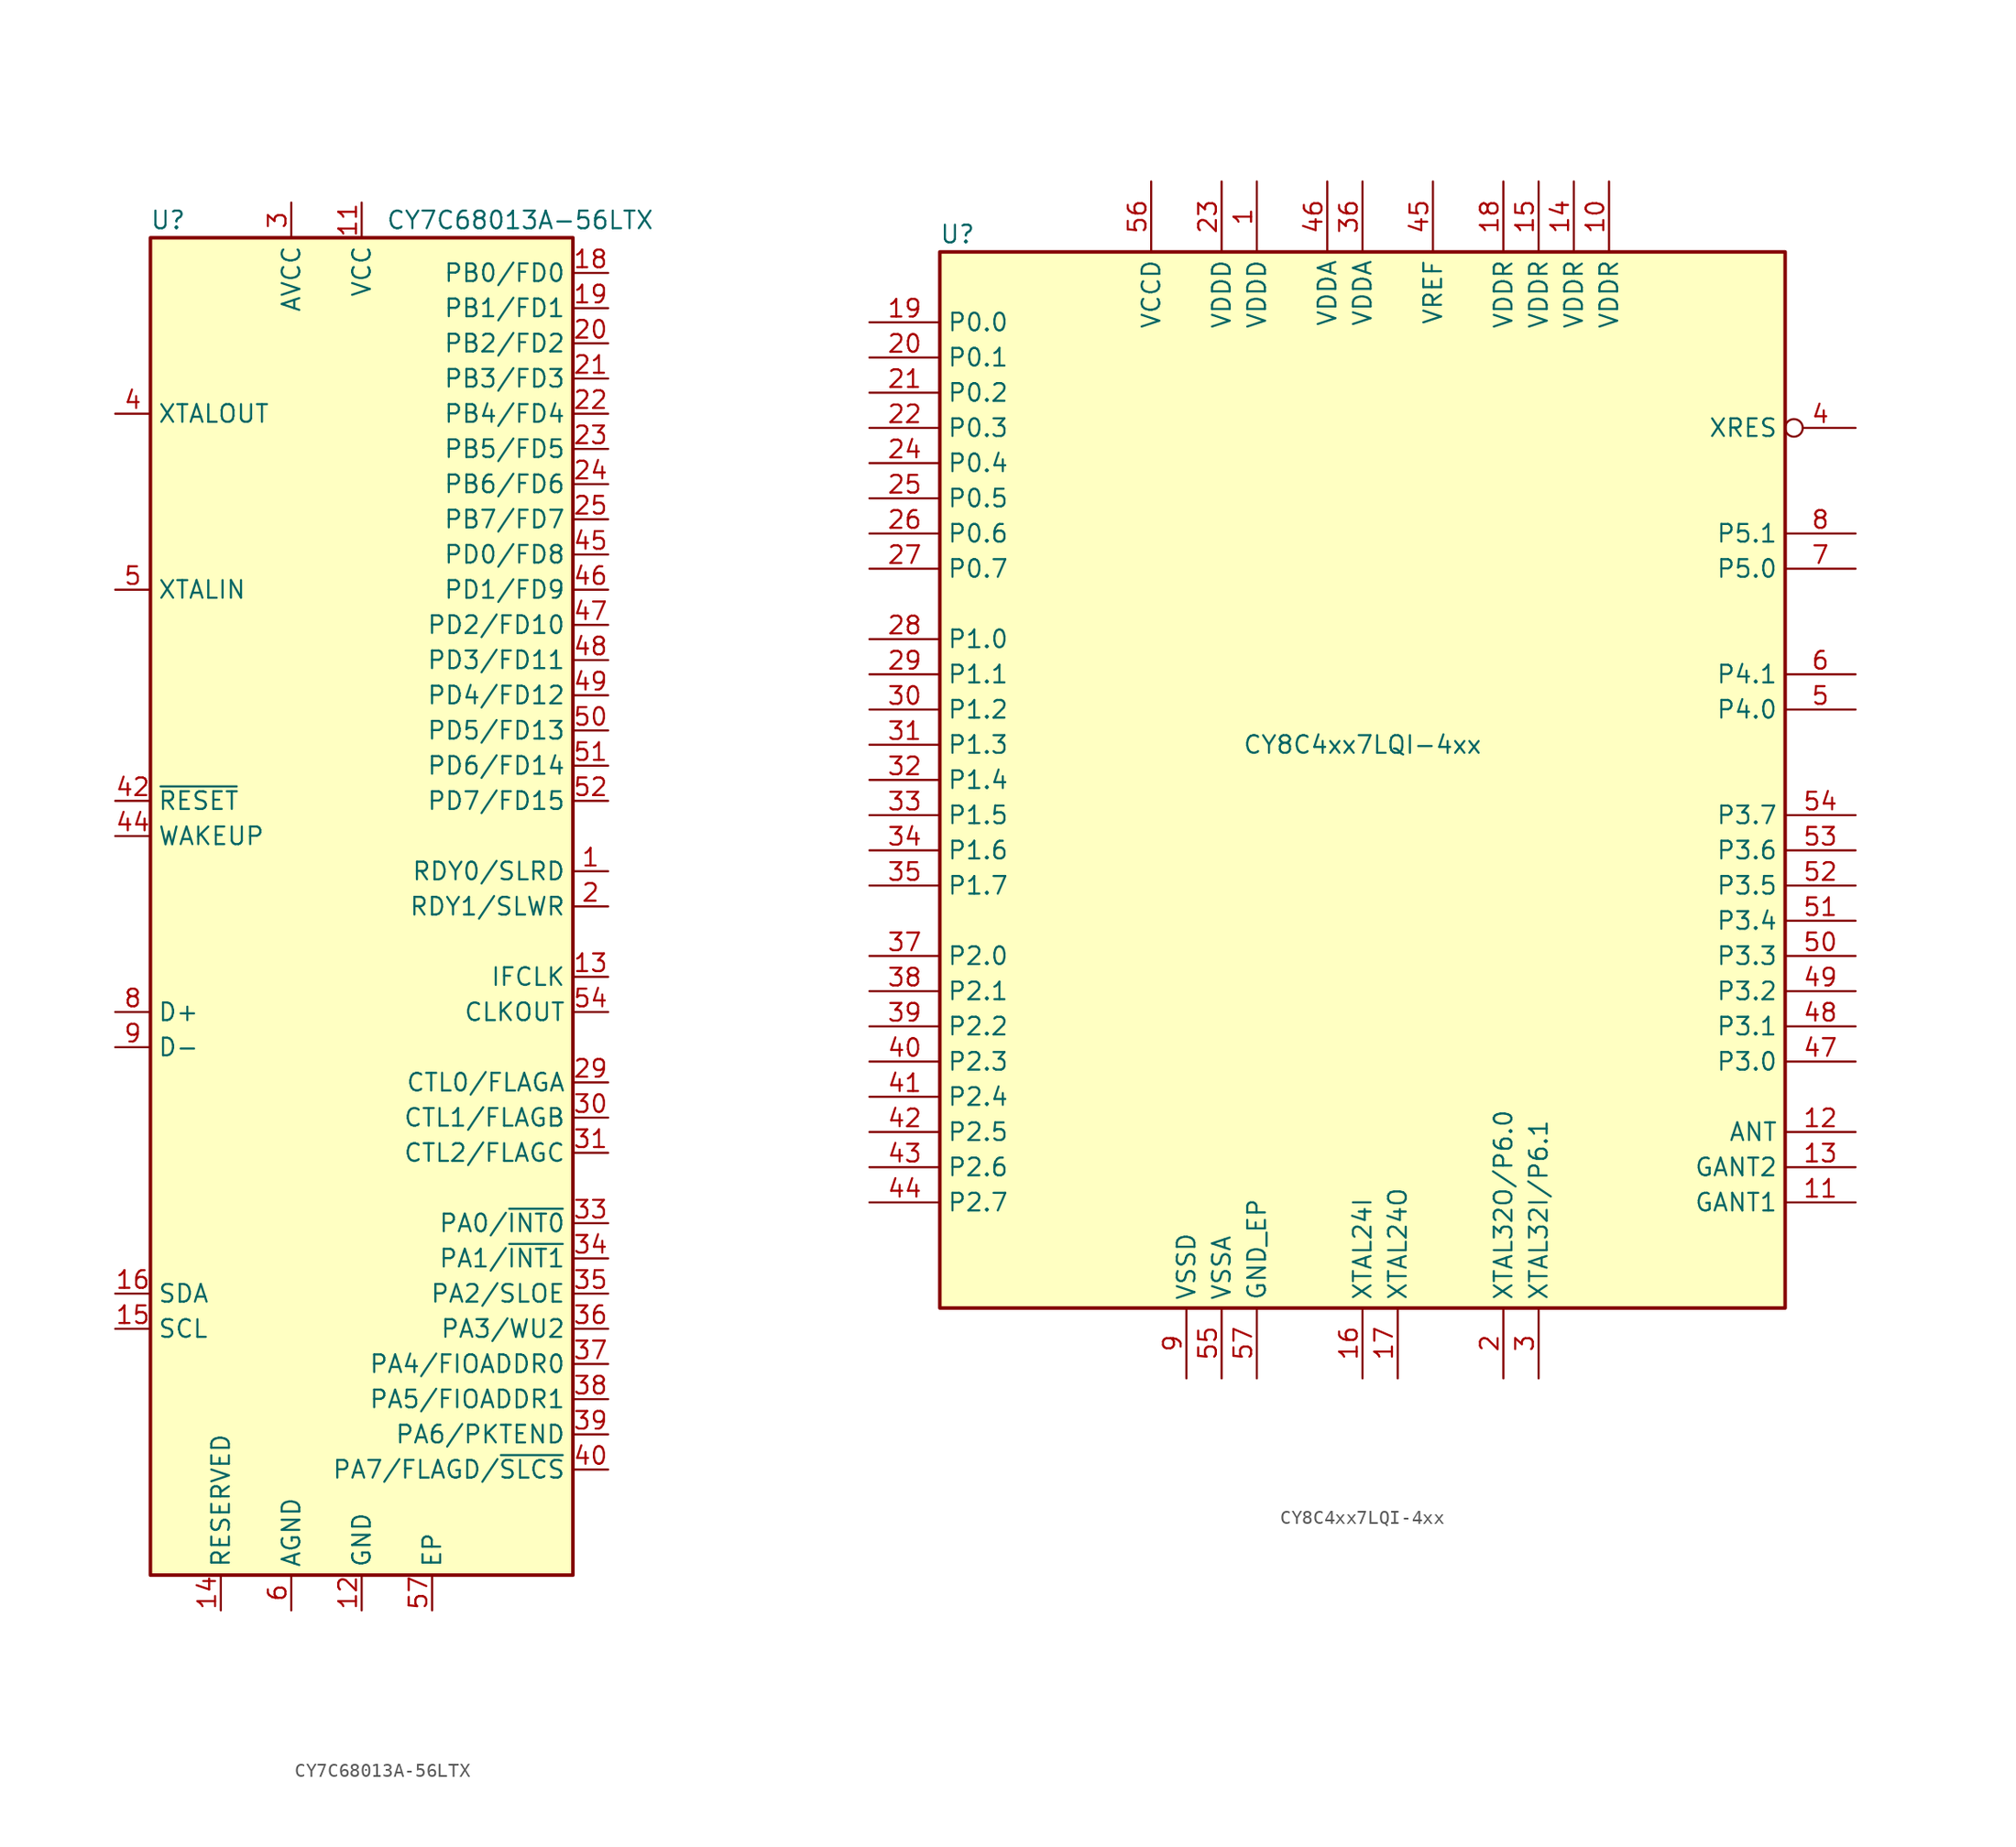
<source format=kicad_sym>
(kicad_symbol_lib
  (version 20241209)
  (generator "kicad_symbol_editor")
  (generator_version "9.0")
  (symbol "CY7C68013A-56LTX"
    (property "Reference" "U"
      (at -13.97 49.53 0)
      (effects (font (size 1.27 1.27))))
    (property "Value" "CY7C68013A-56LTX"
      (at 11.43 49.53 0)
      (effects (font (size 1.27 1.27))))
    (symbol "CY7C68013A-56LTX_0_1"
      (rectangle (start -15.24 48.26) (end 15.24 -48.26) (stroke (width 0.254) (type default)) (fill (type background))))
    (symbol "CY7C68013A-56LTX_1_1"
      (pin output line (at -17.78 35.56 0) (length 2.54) (name "XTALOUT" (effects (font (size 1.27 1.27)))) (number "4" (effects (font (size 1.27 1.27)))))
      (pin input line (at -17.78 22.86 0) (length 2.54) (name "XTALIN" (effects (font (size 1.27 1.27)))) (number "5" (effects (font (size 1.27 1.27)))))
      (pin input line (at -17.78 7.62 0) (length 2.54) (name "~{RESET}" (effects (font (size 1.27 1.27)))) (number "42" (effects (font (size 1.27 1.27)))))
      (pin input line (at -17.78 5.08 0) (length 2.54) (name "WAKEUP" (effects (font (size 1.27 1.27)))) (number "44" (effects (font (size 1.27 1.27)))))
      (pin bidirectional line (at -17.78 -7.62 0) (length 2.54) (name "D+" (effects (font (size 1.27 1.27)))) (number "8" (effects (font (size 1.27 1.27)))))
      (pin bidirectional line (at -17.78 -10.16 0) (length 2.54) (name "D-" (effects (font (size 1.27 1.27)))) (number "9" (effects (font (size 1.27 1.27)))))
      (pin bidirectional line (at -17.78 -27.94 0) (length 2.54) (name "SDA" (effects (font (size 1.27 1.27)))) (number "16" (effects (font (size 1.27 1.27)))))
      (pin input line (at -17.78 -30.48 0) (length 2.54) (name "SCL" (effects (font (size 1.27 1.27)))) (number "15" (effects (font (size 1.27 1.27)))))
      (pin input line (at -10.16 -50.8 90) (length 2.54) (name "RESERVED" (effects (font (size 1.27 1.27)))) (number "14" (effects (font (size 1.27 1.27)))))
      (pin power_in line (at -5.08 50.8 270) (length 2.54) (name "AVCC" (effects (font (size 1.27 1.27)))) (number "3" (effects (font (size 1.27 1.27)))))
      (pin passive line (at -5.08 50.8 270) (length 2.54) (hide yes) (name "AVCC" (effects (font (size 1.27 1.27)))) (number "7" (effects (font (size 1.27 1.27)))))
      (pin passive line (at -5.08 -50.8 90) (length 2.54) (hide yes) (name "AGND" (effects (font (size 1.27 1.27)))) (number "10" (effects (font (size 1.27 1.27)))))
      (pin power_in line (at -5.08 -50.8 90) (length 2.54) (name "AGND" (effects (font (size 1.27 1.27)))) (number "6" (effects (font (size 1.27 1.27)))))
      (pin power_in line (at 0 50.8 270) (length 2.54) (name "VCC" (effects (font (size 1.27 1.27)))) (number "11" (effects (font (size 1.27 1.27)))))
      (pin passive line (at 0 50.8 270) (length 2.54) (hide yes) (name "VCC" (effects (font (size 1.27 1.27)))) (number "17" (effects (font (size 1.27 1.27)))))
      (pin passive line (at 0 50.8 270) (length 2.54) (hide yes) (name "VCC" (effects (font (size 1.27 1.27)))) (number "27" (effects (font (size 1.27 1.27)))))
      (pin passive line (at 0 50.8 270) (length 2.54) (hide yes) (name "VCC" (effects (font (size 1.27 1.27)))) (number "32" (effects (font (size 1.27 1.27)))))
      (pin passive line (at 0 50.8 270) (length 2.54) (hide yes) (name "VCC" (effects (font (size 1.27 1.27)))) (number "43" (effects (font (size 1.27 1.27)))))
      (pin passive line (at 0 50.8 270) (length 2.54) (hide yes) (name "VCC" (effects (font (size 1.27 1.27)))) (number "55" (effects (font (size 1.27 1.27)))))
      (pin power_in line (at 0 -50.8 90) (length 2.54) (name "GND" (effects (font (size 1.27 1.27)))) (number "12" (effects (font (size 1.27 1.27)))))
      (pin passive line (at 0 -50.8 90) (length 2.54) (hide yes) (name "GND" (effects (font (size 1.27 1.27)))) (number "26" (effects (font (size 1.27 1.27)))))
      (pin passive line (at 0 -50.8 90) (length 2.54) (hide yes) (name "GND" (effects (font (size 1.27 1.27)))) (number "28" (effects (font (size 1.27 1.27)))))
      (pin passive line (at 0 -50.8 90) (length 2.54) (hide yes) (name "GND" (effects (font (size 1.27 1.27)))) (number "41" (effects (font (size 1.27 1.27)))))
      (pin passive line (at 0 -50.8 90) (length 2.54) (hide yes) (name "GND" (effects (font (size 1.27 1.27)))) (number "53" (effects (font (size 1.27 1.27)))))
      (pin passive line (at 0 -50.8 90) (length 2.54) (hide yes) (name "GND" (effects (font (size 1.27 1.27)))) (number "56" (effects (font (size 1.27 1.27)))))
      (pin input line (at 5.08 -50.8 90) (length 2.54) (name "EP" (effects (font (size 1.27 1.27)))) (number "57" (effects (font (size 1.27 1.27)))))
      (pin bidirectional line (at 17.78 45.72 180) (length 2.54) (name "PB0/FD0" (effects (font (size 1.27 1.27)))) (number "18" (effects (font (size 1.27 1.27)))))
      (pin bidirectional line (at 17.78 43.18 180) (length 2.54) (name "PB1/FD1" (effects (font (size 1.27 1.27)))) (number "19" (effects (font (size 1.27 1.27)))))
      (pin bidirectional line (at 17.78 40.64 180) (length 2.54) (name "PB2/FD2" (effects (font (size 1.27 1.27)))) (number "20" (effects (font (size 1.27 1.27)))))
      (pin bidirectional line (at 17.78 38.1 180) (length 2.54) (name "PB3/FD3" (effects (font (size 1.27 1.27)))) (number "21" (effects (font (size 1.27 1.27)))))
      (pin bidirectional line (at 17.78 35.56 180) (length 2.54) (name "PB4/FD4" (effects (font (size 1.27 1.27)))) (number "22" (effects (font (size 1.27 1.27)))))
      (pin bidirectional line (at 17.78 33.02 180) (length 2.54) (name "PB5/FD5" (effects (font (size 1.27 1.27)))) (number "23" (effects (font (size 1.27 1.27)))))
      (pin bidirectional line (at 17.78 30.48 180) (length 2.54) (name "PB6/FD6" (effects (font (size 1.27 1.27)))) (number "24" (effects (font (size 1.27 1.27)))))
      (pin bidirectional line (at 17.78 27.94 180) (length 2.54) (name "PB7/FD7" (effects (font (size 1.27 1.27)))) (number "25" (effects (font (size 1.27 1.27)))))
      (pin bidirectional line (at 17.78 25.4 180) (length 2.54) (name "PD0/FD8" (effects (font (size 1.27 1.27)))) (number "45" (effects (font (size 1.27 1.27)))))
      (pin bidirectional line (at 17.78 22.86 180) (length 2.54) (name "PD1/FD9" (effects (font (size 1.27 1.27)))) (number "46" (effects (font (size 1.27 1.27)))))
      (pin bidirectional line (at 17.78 20.32 180) (length 2.54) (name "PD2/FD10" (effects (font (size 1.27 1.27)))) (number "47" (effects (font (size 1.27 1.27)))))
      (pin bidirectional line (at 17.78 17.78 180) (length 2.54) (name "PD3/FD11" (effects (font (size 1.27 1.27)))) (number "48" (effects (font (size 1.27 1.27)))))
      (pin bidirectional line (at 17.78 15.24 180) (length 2.54) (name "PD4/FD12" (effects (font (size 1.27 1.27)))) (number "49" (effects (font (size 1.27 1.27)))))
      (pin bidirectional line (at 17.78 12.7 180) (length 2.54) (name "PD5/FD13" (effects (font (size 1.27 1.27)))) (number "50" (effects (font (size 1.27 1.27)))))
      (pin bidirectional line (at 17.78 10.16 180) (length 2.54) (name "PD6/FD14" (effects (font (size 1.27 1.27)))) (number "51" (effects (font (size 1.27 1.27)))))
      (pin bidirectional line (at 17.78 7.62 180) (length 2.54) (name "PD7/FD15" (effects (font (size 1.27 1.27)))) (number "52" (effects (font (size 1.27 1.27)))))
      (pin input line (at 17.78 2.54 180) (length 2.54) (name "RDY0/SLRD" (effects (font (size 1.27 1.27)))) (number "1" (effects (font (size 1.27 1.27)))))
      (pin input line (at 17.78 0 180) (length 2.54) (name "RDY1/SLWR" (effects (font (size 1.27 1.27)))) (number "2" (effects (font (size 1.27 1.27)))))
      (pin bidirectional line (at 17.78 -5.08 180) (length 2.54) (name "IFCLK" (effects (font (size 1.27 1.27)))) (number "13" (effects (font (size 1.27 1.27)))))
      (pin output line (at 17.78 -7.62 180) (length 2.54) (name "CLKOUT" (effects (font (size 1.27 1.27)))) (number "54" (effects (font (size 1.27 1.27)))))
      (pin output line (at 17.78 -12.7 180) (length 2.54) (name "CTL0/FLAGA" (effects (font (size 1.27 1.27)))) (number "29" (effects (font (size 1.27 1.27)))))
      (pin output line (at 17.78 -15.24 180) (length 2.54) (name "CTL1/FLAGB" (effects (font (size 1.27 1.27)))) (number "30" (effects (font (size 1.27 1.27)))))
      (pin output line (at 17.78 -17.78 180) (length 2.54) (name "CTL2/FLAGC" (effects (font (size 1.27 1.27)))) (number "31" (effects (font (size 1.27 1.27)))))
      (pin bidirectional line (at 17.78 -22.86 180) (length 2.54) (name "PA0/~{INT0}" (effects (font (size 1.27 1.27)))) (number "33" (effects (font (size 1.27 1.27)))))
      (pin bidirectional line (at 17.78 -25.4 180) (length 2.54) (name "PA1/~{INT1}" (effects (font (size 1.27 1.27)))) (number "34" (effects (font (size 1.27 1.27)))))
      (pin bidirectional line (at 17.78 -27.94 180) (length 2.54) (name "PA2/SLOE" (effects (font (size 1.27 1.27)))) (number "35" (effects (font (size 1.27 1.27)))))
      (pin bidirectional line (at 17.78 -30.48 180) (length 2.54) (name "PA3/WU2" (effects (font (size 1.27 1.27)))) (number "36" (effects (font (size 1.27 1.27)))))
      (pin bidirectional line (at 17.78 -33.02 180) (length 2.54) (name "PA4/FIOADDR0" (effects (font (size 1.27 1.27)))) (number "37" (effects (font (size 1.27 1.27)))))
      (pin bidirectional line (at 17.78 -35.56 180) (length 2.54) (name "PA5/FIOADDR1" (effects (font (size 1.27 1.27)))) (number "38" (effects (font (size 1.27 1.27)))))
      (pin bidirectional line (at 17.78 -38.1 180) (length 2.54) (name "PA6/PKTEND" (effects (font (size 1.27 1.27)))) (number "39" (effects (font (size 1.27 1.27)))))
      (pin bidirectional line (at 17.78 -40.64 180) (length 2.54) (name "PA7/FLAGD/~{SLCS}" (effects (font (size 1.27 1.27)))) (number "40" (effects (font (size 1.27 1.27)))))))
  (symbol "CY8C4xx7LQI-4xx"
    (property "Reference" "U"
      (at -29.21 39.37 0)
      (effects (font (size 1.27 1.27))))
    (property "Value" "CY8C4xx7LQI-4xx"
      (at 0 2.54 0)
      (effects (font (size 1.27 1.27))))
    (symbol "CY8C4xx7LQI-4xx_1_0"
      (rectangle (start -30.48 -38.1) (end 30.48 38.1) (stroke (width 0.254) (type default)) (fill (type background))))
    (symbol "CY8C4xx7LQI-4xx_1_1"
      (pin bidirectional line (at -35.56 33.02 0) (length 5.08) (name "P0.0" (effects (font (size 1.27 1.27)))) (number "19" (effects (font (size 1.27 1.27)))))
      (pin bidirectional line (at -35.56 30.48 0) (length 5.08) (name "P0.1" (effects (font (size 1.27 1.27)))) (number "20" (effects (font (size 1.27 1.27)))))
      (pin bidirectional line (at -35.56 27.94 0) (length 5.08) (name "P0.2" (effects (font (size 1.27 1.27)))) (number "21" (effects (font (size 1.27 1.27)))))
      (pin bidirectional line (at -35.56 25.4 0) (length 5.08) (name "P0.3" (effects (font (size 1.27 1.27)))) (number "22" (effects (font (size 1.27 1.27)))))
      (pin bidirectional line (at -35.56 22.86 0) (length 5.08) (name "P0.4" (effects (font (size 1.27 1.27)))) (number "24" (effects (font (size 1.27 1.27)))))
      (pin bidirectional line (at -35.56 20.32 0) (length 5.08) (name "P0.5" (effects (font (size 1.27 1.27)))) (number "25" (effects (font (size 1.27 1.27)))))
      (pin bidirectional line (at -35.56 17.78 0) (length 5.08) (name "P0.6" (effects (font (size 1.27 1.27)))) (number "26" (effects (font (size 1.27 1.27)))))
      (pin bidirectional line (at -35.56 15.24 0) (length 5.08) (name "P0.7" (effects (font (size 1.27 1.27)))) (number "27" (effects (font (size 1.27 1.27)))))
      (pin bidirectional line (at -35.56 10.16 0) (length 5.08) (name "P1.0" (effects (font (size 1.27 1.27)))) (number "28" (effects (font (size 1.27 1.27)))))
      (pin bidirectional line (at -35.56 7.62 0) (length 5.08) (name "P1.1" (effects (font (size 1.27 1.27)))) (number "29" (effects (font (size 1.27 1.27)))))
      (pin bidirectional line (at -35.56 5.08 0) (length 5.08) (name "P1.2" (effects (font (size 1.27 1.27)))) (number "30" (effects (font (size 1.27 1.27)))))
      (pin bidirectional line (at -35.56 2.54 0) (length 5.08) (name "P1.3" (effects (font (size 1.27 1.27)))) (number "31" (effects (font (size 1.27 1.27)))))
      (pin bidirectional line (at -35.56 0 0) (length 5.08) (name "P1.4" (effects (font (size 1.27 1.27)))) (number "32" (effects (font (size 1.27 1.27)))))
      (pin bidirectional line (at -35.56 -2.54 0) (length 5.08) (name "P1.5" (effects (font (size 1.27 1.27)))) (number "33" (effects (font (size 1.27 1.27)))))
      (pin bidirectional line (at -35.56 -5.08 0) (length 5.08) (name "P1.6" (effects (font (size 1.27 1.27)))) (number "34" (effects (font (size 1.27 1.27)))))
      (pin bidirectional line (at -35.56 -7.62 0) (length 5.08) (name "P1.7" (effects (font (size 1.27 1.27)))) (number "35" (effects (font (size 1.27 1.27)))))
      (pin bidirectional line (at -35.56 -12.7 0) (length 5.08) (name "P2.0" (effects (font (size 1.27 1.27)))) (number "37" (effects (font (size 1.27 1.27)))))
      (pin bidirectional line (at -35.56 -15.24 0) (length 5.08) (name "P2.1" (effects (font (size 1.27 1.27)))) (number "38" (effects (font (size 1.27 1.27)))))
      (pin bidirectional line (at -35.56 -17.78 0) (length 5.08) (name "P2.2" (effects (font (size 1.27 1.27)))) (number "39" (effects (font (size 1.27 1.27)))))
      (pin bidirectional line (at -35.56 -20.32 0) (length 5.08) (name "P2.3" (effects (font (size 1.27 1.27)))) (number "40" (effects (font (size 1.27 1.27)))))
      (pin bidirectional line (at -35.56 -22.86 0) (length 5.08) (name "P2.4" (effects (font (size 1.27 1.27)))) (number "41" (effects (font (size 1.27 1.27)))))
      (pin bidirectional line (at -35.56 -25.4 0) (length 5.08) (name "P2.5" (effects (font (size 1.27 1.27)))) (number "42" (effects (font (size 1.27 1.27)))))
      (pin bidirectional line (at -35.56 -27.94 0) (length 5.08) (name "P2.6" (effects (font (size 1.27 1.27)))) (number "43" (effects (font (size 1.27 1.27)))))
      (pin bidirectional line (at -35.56 -30.48 0) (length 5.08) (name "P2.7" (effects (font (size 1.27 1.27)))) (number "44" (effects (font (size 1.27 1.27)))))
      (pin power_out line (at -15.24 43.18 270) (length 5.08) (name "VCCD" (effects (font (size 1.27 1.27)))) (number "56" (effects (font (size 1.27 1.27)))))
      (pin power_in line (at -12.7 -43.18 90) (length 5.08) (name "VSSD" (effects (font (size 1.27 1.27)))) (number "9" (effects (font (size 1.27 1.27)))))
      (pin power_in line (at -10.16 43.18 270) (length 5.08) (name "VDDD" (effects (font (size 1.27 1.27)))) (number "23" (effects (font (size 1.27 1.27)))))
      (pin power_in line (at -10.16 -43.18 90) (length 5.08) (name "VSSA" (effects (font (size 1.27 1.27)))) (number "55" (effects (font (size 1.27 1.27)))))
      (pin power_in line (at -7.62 43.18 270) (length 5.08) (name "VDDD" (effects (font (size 1.27 1.27)))) (number "1" (effects (font (size 1.27 1.27)))))
      (pin power_in line (at -7.62 -43.18 90) (length 5.08) (name "GND_EP" (effects (font (size 1.27 1.27)))) (number "57" (effects (font (size 1.27 1.27)))))
      (pin power_in line (at -2.54 43.18 270) (length 5.08) (name "VDDA" (effects (font (size 1.27 1.27)))) (number "46" (effects (font (size 1.27 1.27)))))
      (pin power_in line (at 0 43.18 270) (length 5.08) (name "VDDA" (effects (font (size 1.27 1.27)))) (number "36" (effects (font (size 1.27 1.27)))))
      (pin input line (at 0 -43.18 90) (length 5.08) (name "XTAL24I" (effects (font (size 1.27 1.27)))) (number "16" (effects (font (size 1.27 1.27)))))
      (pin output line (at 2.54 -43.18 90) (length 5.08) (name "XTAL24O" (effects (font (size 1.27 1.27)))) (number "17" (effects (font (size 1.27 1.27)))))
      (pin passive line (at 5.08 43.18 270) (length 5.08) (name "VREF" (effects (font (size 1.27 1.27)))) (number "45" (effects (font (size 1.27 1.27)))))
      (pin power_in line (at 10.16 43.18 270) (length 5.08) (name "VDDR" (effects (font (size 1.27 1.27)))) (number "18" (effects (font (size 1.27 1.27)))))
      (pin bidirectional line (at 10.16 -43.18 90) (length 5.08) (name "XTAL32O/P6.0" (effects (font (size 1.27 1.27)))) (number "2" (effects (font (size 1.27 1.27)))))
      (pin power_in line (at 12.7 43.18 270) (length 5.08) (name "VDDR" (effects (font (size 1.27 1.27)))) (number "15" (effects (font (size 1.27 1.27)))))
      (pin bidirectional line (at 12.7 -43.18 90) (length 5.08) (name "XTAL32I/P6.1" (effects (font (size 1.27 1.27)))) (number "3" (effects (font (size 1.27 1.27)))))
      (pin power_in line (at 15.24 43.18 270) (length 5.08) (name "VDDR" (effects (font (size 1.27 1.27)))) (number "14" (effects (font (size 1.27 1.27)))))
      (pin power_in line (at 17.78 43.18 270) (length 5.08) (name "VDDR" (effects (font (size 1.27 1.27)))) (number "10" (effects (font (size 1.27 1.27)))))
      (pin input inverted (at 35.56 25.4 180) (length 5.08) (name "XRES" (effects (font (size 1.27 1.27)))) (number "4" (effects (font (size 1.27 1.27)))))
      (pin bidirectional line (at 35.56 17.78 180) (length 5.08) (name "P5.1" (effects (font (size 1.27 1.27)))) (number "8" (effects (font (size 1.27 1.27)))))
      (pin bidirectional line (at 35.56 15.24 180) (length 5.08) (name "P5.0" (effects (font (size 1.27 1.27)))) (number "7" (effects (font (size 1.27 1.27)))))
      (pin bidirectional line (at 35.56 7.62 180) (length 5.08) (name "P4.1" (effects (font (size 1.27 1.27)))) (number "6" (effects (font (size 1.27 1.27)))))
      (pin bidirectional line (at 35.56 5.08 180) (length 5.08) (name "P4.0" (effects (font (size 1.27 1.27)))) (number "5" (effects (font (size 1.27 1.27)))))
      (pin bidirectional line (at 35.56 -2.54 180) (length 5.08) (name "P3.7" (effects (font (size 1.27 1.27)))) (number "54" (effects (font (size 1.27 1.27)))))
      (pin bidirectional line (at 35.56 -5.08 180) (length 5.08) (name "P3.6" (effects (font (size 1.27 1.27)))) (number "53" (effects (font (size 1.27 1.27)))))
      (pin bidirectional line (at 35.56 -7.62 180) (length 5.08) (name "P3.5" (effects (font (size 1.27 1.27)))) (number "52" (effects (font (size 1.27 1.27)))))
      (pin bidirectional line (at 35.56 -10.16 180) (length 5.08) (name "P3.4" (effects (font (size 1.27 1.27)))) (number "51" (effects (font (size 1.27 1.27)))))
      (pin bidirectional line (at 35.56 -12.7 180) (length 5.08) (name "P3.3" (effects (font (size 1.27 1.27)))) (number "50" (effects (font (size 1.27 1.27)))))
      (pin bidirectional line (at 35.56 -15.24 180) (length 5.08) (name "P3.2" (effects (font (size 1.27 1.27)))) (number "49" (effects (font (size 1.27 1.27)))))
      (pin bidirectional line (at 35.56 -17.78 180) (length 5.08) (name "P3.1" (effects (font (size 1.27 1.27)))) (number "48" (effects (font (size 1.27 1.27)))))
      (pin bidirectional line (at 35.56 -20.32 180) (length 5.08) (name "P3.0" (effects (font (size 1.27 1.27)))) (number "47" (effects (font (size 1.27 1.27)))))
      (pin output line (at 35.56 -25.4 180) (length 5.08) (name "ANT" (effects (font (size 1.27 1.27)))) (number "12" (effects (font (size 1.27 1.27)))))
      (pin power_in line (at 35.56 -27.94 180) (length 5.08) (name "GANT2" (effects (font (size 1.27 1.27)))) (number "13" (effects (font (size 1.27 1.27)))))
      (pin power_in line (at 35.56 -30.48 180) (length 5.08) (name "GANT1" (effects (font (size 1.27 1.27)))) (number "11" (effects (font (size 1.27 1.27))))))))
</source>
